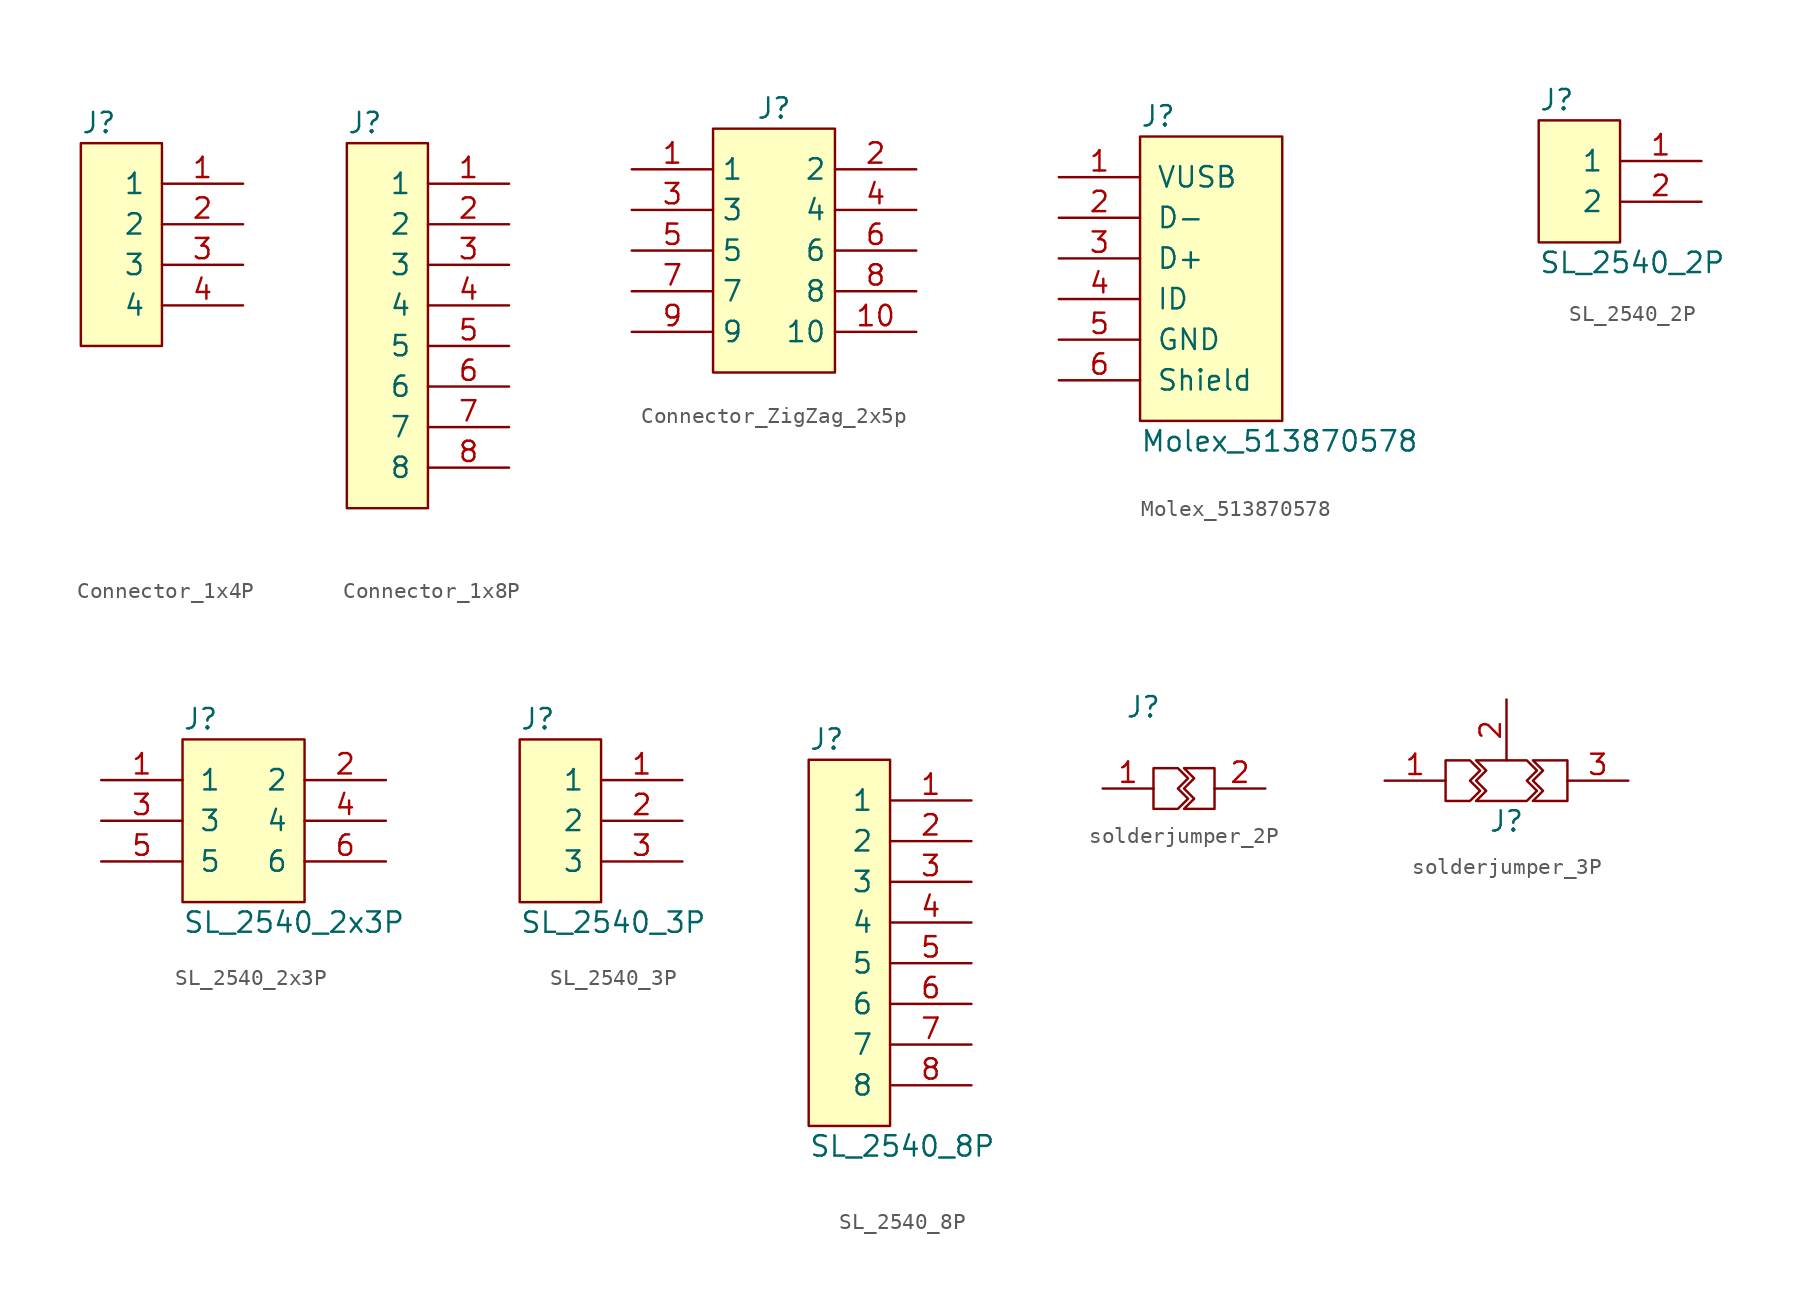
<source format=kicad_sym>
(kicad_symbol_lib
  (version 20231120)
  (generator "kicad_symbol_editor")
  (generator_version "8.0")
  (symbol "Connector_1x4P"
    (pin_names
      (offset 1.016))
    (property "Reference" "J"
      (at 0 1.27 0)
      (effects (font (size 1.27 1.27)) (justify left)))
    (property "Value" ""
      (at 0 -24.13 0)
      (effects (font (size 1.27 1.27)) (justify left)))
    (symbol "Connector_1x4P_0_1"
      (rectangle (start 0 0) (end 5.08 -12.7) (stroke (width 0) (type solid)) (fill (type background))))
    (symbol "Connector_1x4P_1_1"
      (pin passive line (at 10.16 -2.54 180) (length 5.08) (name "1" (effects (font (size 1.27 1.27)))) (number "1" (effects (font (size 1.27 1.27)))))
      (pin passive line (at 10.16 -5.08 180) (length 5.08) (name "2" (effects (font (size 1.27 1.27)))) (number "2" (effects (font (size 1.27 1.27)))))
      (pin passive line (at 10.16 -7.62 180) (length 5.08) (name "3" (effects (font (size 1.27 1.27)))) (number "3" (effects (font (size 1.27 1.27)))))
      (pin passive line (at 10.16 -10.16 180) (length 5.08) (name "4" (effects (font (size 1.27 1.27)))) (number "4" (effects (font (size 1.27 1.27)))))))
  (symbol "Connector_1x8P"
    (pin_names
      (offset 1.016))
    (property "Reference" "J"
      (at 0 1.27 0)
      (effects (font (size 1.27 1.27)) (justify left)))
    (property "Value" ""
      (at 0 -24.13 0)
      (effects (font (size 1.27 1.27)) (justify left)))
    (symbol "Connector_1x8P_0_1"
      (rectangle (start 0 0) (end 5.08 -22.86) (stroke (width 0) (type solid)) (fill (type background))))
    (symbol "Connector_1x8P_1_1"
      (pin passive line (at 10.16 -2.54 180) (length 5.08) (name "1" (effects (font (size 1.27 1.27)))) (number "1" (effects (font (size 1.27 1.27)))))
      (pin passive line (at 10.16 -5.08 180) (length 5.08) (name "2" (effects (font (size 1.27 1.27)))) (number "2" (effects (font (size 1.27 1.27)))))
      (pin passive line (at 10.16 -7.62 180) (length 5.08) (name "3" (effects (font (size 1.27 1.27)))) (number "3" (effects (font (size 1.27 1.27)))))
      (pin passive line (at 10.16 -10.16 180) (length 5.08) (name "4" (effects (font (size 1.27 1.27)))) (number "4" (effects (font (size 1.27 1.27)))))
      (pin passive line (at 10.16 -12.7 180) (length 5.08) (name "5" (effects (font (size 1.27 1.27)))) (number "5" (effects (font (size 1.27 1.27)))))
      (pin passive line (at 10.16 -15.24 180) (length 5.08) (name "6" (effects (font (size 1.27 1.27)))) (number "6" (effects (font (size 1.27 1.27)))))
      (pin passive line (at 10.16 -17.78 180) (length 5.08) (name "7" (effects (font (size 1.27 1.27)))) (number "7" (effects (font (size 1.27 1.27)))))
      (pin passive line (at 10.16 -20.32 180) (length 5.08) (name "8" (effects (font (size 1.27 1.27)))) (number "8" (effects (font (size 1.27 1.27)))))))
  (symbol "Connector_ZigZag_2x5p"
    (property "Reference" "J"
      (at 3.81 1.27 0)
      (effects (font (size 1.27 1.27))))
    (property "Value" ""
      (at 0 0 0)
      (effects (font (size 1.27 1.27))))
    (symbol "Connector_ZigZag_2x5p_1_1"
      (rectangle (start 0 0) (end 7.62 -15.24) (stroke (width 0) (type default)) (fill (type background)))
      (pin passive line (at -5.08 -2.54 0) (length 5.08) (name "1" (effects (font (size 1.27 1.27)))) (number "1" (effects (font (size 1.27 1.27)))))
      (pin passive line (at 12.7 -12.7 180) (length 5.08) (name "10" (effects (font (size 1.27 1.27)))) (number "10" (effects (font (size 1.27 1.27)))))
      (pin passive line (at 12.7 -2.54 180) (length 5.08) (name "2" (effects (font (size 1.27 1.27)))) (number "2" (effects (font (size 1.27 1.27)))))
      (pin passive line (at -5.08 -5.08 0) (length 5.08) (name "3" (effects (font (size 1.27 1.27)))) (number "3" (effects (font (size 1.27 1.27)))))
      (pin passive line (at 12.7 -5.08 180) (length 5.08) (name "4" (effects (font (size 1.27 1.27)))) (number "4" (effects (font (size 1.27 1.27)))))
      (pin passive line (at -5.08 -7.62 0) (length 5.08) (name "5" (effects (font (size 1.27 1.27)))) (number "5" (effects (font (size 1.27 1.27)))))
      (pin passive line (at 12.7 -7.62 180) (length 5.08) (name "6" (effects (font (size 1.27 1.27)))) (number "6" (effects (font (size 1.27 1.27)))))
      (pin passive line (at -5.08 -10.16 0) (length 5.08) (name "7" (effects (font (size 1.27 1.27)))) (number "7" (effects (font (size 1.27 1.27)))))
      (pin passive line (at 12.7 -10.16 180) (length 5.08) (name "8" (effects (font (size 1.27 1.27)))) (number "8" (effects (font (size 1.27 1.27)))))
      (pin passive line (at -5.08 -12.7 0) (length 5.08) (name "9" (effects (font (size 1.27 1.27)))) (number "9" (effects (font (size 1.27 1.27)))))))
  (symbol "Molex_513870578"
    (pin_names
      (offset 1.016))
    (property "Reference" "J"
      (at 0 1.27 0)
      (effects (font (size 1.27 1.27)) (justify left)))
    (property "Value" "Molex_513870578"
      (at 0 -19.05 0)
      (effects (font (size 1.27 1.27)) (justify left)))
    (symbol "Molex_513870578_0_1"
      (rectangle (start 0 0) (end 8.89 -17.78) (stroke (width 0) (type solid)) (fill (type background))))
    (symbol "Molex_513870578_1_1"
      (pin passive line (at -5.08 -2.54 0) (length 5.08) (name "VUSB" (effects (font (size 1.27 1.27)))) (number "1" (effects (font (size 1.27 1.27)))))
      (pin bidirectional line (at -5.08 -5.08 0) (length 5.08) (name "D-" (effects (font (size 1.27 1.27)))) (number "2" (effects (font (size 1.27 1.27)))))
      (pin bidirectional line (at -5.08 -7.62 0) (length 5.08) (name "D+" (effects (font (size 1.27 1.27)))) (number "3" (effects (font (size 1.27 1.27)))))
      (pin bidirectional line (at -5.08 -10.16 0) (length 5.08) (name "ID" (effects (font (size 1.27 1.27)))) (number "4" (effects (font (size 1.27 1.27)))))
      (pin passive line (at -5.08 -12.7 0) (length 5.08) (name "GND" (effects (font (size 1.27 1.27)))) (number "5" (effects (font (size 1.27 1.27)))))
      (pin passive line (at -5.08 -15.24 0) (length 5.08) (name "Shield" (effects (font (size 1.27 1.27)))) (number "6" (effects (font (size 1.27 1.27)))))))
  (symbol "SL_2540_2P"
    (pin_names
      (offset 1.016))
    (property "Reference" "J"
      (at 0 1.27 0)
      (effects (font (size 1.27 1.27)) (justify left)))
    (property "Value" "SL_2540_2P"
      (at 0 -8.89 0)
      (effects (font (size 1.27 1.27)) (justify left)))
    (symbol "SL_2540_2P_0_1"
      (rectangle (start 0 0) (end 5.08 -7.62) (stroke (width 0) (type solid)) (fill (type background))))
    (symbol "SL_2540_2P_1_1"
      (pin passive line (at 10.16 -2.54 180) (length 5.08) (name "1" (effects (font (size 1.27 1.27)))) (number "1" (effects (font (size 1.27 1.27)))))
      (pin passive line (at 10.16 -5.08 180) (length 5.08) (name "2" (effects (font (size 1.27 1.27)))) (number "2" (effects (font (size 1.27 1.27)))))))
  (symbol "SL_2540_2x3P"
    (pin_names
      (offset 1.016))
    (property "Reference" "J"
      (at 0 1.27 0)
      (effects (font (size 1.27 1.27)) (justify left)))
    (property "Value" "SL_2540_2x3P"
      (at 0 -11.43 0)
      (effects (font (size 1.27 1.27)) (justify left)))
    (symbol "SL_2540_2x3P_0_1"
      (rectangle (start 0 0) (end 7.62 -10.16) (stroke (width 0) (type solid)) (fill (type background))))
    (symbol "SL_2540_2x3P_1_1"
      (pin passive line (at -5.08 -2.54 0) (length 5.08) (name "1" (effects (font (size 1.27 1.27)))) (number "1" (effects (font (size 1.27 1.27)))))
      (pin passive line (at 12.7 -2.54 180) (length 5.08) (name "2" (effects (font (size 1.27 1.27)))) (number "2" (effects (font (size 1.27 1.27)))))
      (pin passive line (at -5.08 -5.08 0) (length 5.08) (name "3" (effects (font (size 1.27 1.27)))) (number "3" (effects (font (size 1.27 1.27)))))
      (pin passive line (at 12.7 -5.08 180) (length 5.08) (name "4" (effects (font (size 1.27 1.27)))) (number "4" (effects (font (size 1.27 1.27)))))
      (pin passive line (at -5.08 -7.62 0) (length 5.08) (name "5" (effects (font (size 1.27 1.27)))) (number "5" (effects (font (size 1.27 1.27)))))
      (pin passive line (at 12.7 -7.62 180) (length 5.08) (name "6" (effects (font (size 1.27 1.27)))) (number "6" (effects (font (size 1.27 1.27)))))))
  (symbol "SL_2540_3P"
    (pin_names
      (offset 1.016))
    (property "Reference" "J"
      (at 0 1.27 0)
      (effects (font (size 1.27 1.27)) (justify left)))
    (property "Value" "SL_2540_3P"
      (at 0 -11.43 0)
      (effects (font (size 1.27 1.27)) (justify left)))
    (symbol "SL_2540_3P_0_1"
      (rectangle (start 0 0) (end 5.08 -10.16) (stroke (width 0) (type solid)) (fill (type background))))
    (symbol "SL_2540_3P_1_1"
      (pin passive line (at 10.16 -2.54 180) (length 5.08) (name "1" (effects (font (size 1.27 1.27)))) (number "1" (effects (font (size 1.27 1.27)))))
      (pin passive line (at 10.16 -5.08 180) (length 5.08) (name "2" (effects (font (size 1.27 1.27)))) (number "2" (effects (font (size 1.27 1.27)))))
      (pin passive line (at 10.16 -7.62 180) (length 5.08) (name "3" (effects (font (size 1.27 1.27)))) (number "3" (effects (font (size 1.27 1.27)))))))
  (symbol "SL_2540_8P"
    (pin_names
      (offset 1.016))
    (property "Reference" "J"
      (at 0 1.27 0)
      (effects (font (size 1.27 1.27)) (justify left)))
    (property "Value" "SL_2540_8P"
      (at 0 -24.13 0)
      (effects (font (size 1.27 1.27)) (justify left)))
    (symbol "SL_2540_8P_0_1"
      (rectangle (start 0 0) (end 5.08 -22.86) (stroke (width 0) (type solid)) (fill (type background))))
    (symbol "SL_2540_8P_1_1"
      (pin passive line (at 10.16 -2.54 180) (length 5.08) (name "1" (effects (font (size 1.27 1.27)))) (number "1" (effects (font (size 1.27 1.27)))))
      (pin passive line (at 10.16 -5.08 180) (length 5.08) (name "2" (effects (font (size 1.27 1.27)))) (number "2" (effects (font (size 1.27 1.27)))))
      (pin passive line (at 10.16 -7.62 180) (length 5.08) (name "3" (effects (font (size 1.27 1.27)))) (number "3" (effects (font (size 1.27 1.27)))))
      (pin passive line (at 10.16 -10.16 180) (length 5.08) (name "4" (effects (font (size 1.27 1.27)))) (number "4" (effects (font (size 1.27 1.27)))))
      (pin passive line (at 10.16 -12.7 180) (length 5.08) (name "5" (effects (font (size 1.27 1.27)))) (number "5" (effects (font (size 1.27 1.27)))))
      (pin passive line (at 10.16 -15.24 180) (length 5.08) (name "6" (effects (font (size 1.27 1.27)))) (number "6" (effects (font (size 1.27 1.27)))))
      (pin passive line (at 10.16 -17.78 180) (length 5.08) (name "7" (effects (font (size 1.27 1.27)))) (number "7" (effects (font (size 1.27 1.27)))))
      (pin passive line (at 10.16 -20.32 180) (length 5.08) (name "8" (effects (font (size 1.27 1.27)))) (number "8" (effects (font (size 1.27 1.27)))))))
  (symbol "solderjumper_2P"
    (pin_names hide)
    (property "Reference" "J"
      (at -2.54 2.54 0)
      (effects (font (size 1.27 1.27))))
    (property "Value" ""
      (at 0 0 0)
      (effects (font (size 1.27 1.27))))
    (symbol "solderjumper_2P_0_1"
      (polyline (pts (xy -1.905 -1.27) (xy -1.905 -3.81) (xy -0.381 -3.81) (xy 0.254 -3.175) (xy -0.381 -2.54) (xy 0.254 -1.905) (xy -0.381 -1.27) (xy -1.905 -1.27)) (stroke (width 0) (type default)) (fill (type none)))
      (polyline (pts (xy 1.905 -1.27) (xy 1.905 -3.81) (xy 0 -3.81) (xy 0.635 -3.175) (xy 0 -2.54) (xy 0.635 -1.905) (xy 0 -1.27) (xy 1.905 -1.27)) (stroke (width 0) (type default)) (fill (type none))))
    (symbol "solderjumper_2P_1_1"
      (pin passive line (at -5.08 -2.54 0) (length 3.175) (name "1" (effects (font (size 1.27 1.27)))) (number "1" (effects (font (size 1.27 1.27)))))
      (pin passive line (at 5.08 -2.54 180) (length 3.175) (name "2" (effects (font (size 1.27 1.27)))) (number "2" (effects (font (size 1.27 1.27)))))))
  (symbol "solderjumper_3P"
    (pin_names hide)
    (property "Reference" "J"
      (at 0 -5.08 0)
      (effects (font (size 1.27 1.27))))
    (symbol "solderjumper_3P_0_1"
      (polyline (pts (xy -3.81 -1.27) (xy -3.81 -3.81) (xy -2.286 -3.81) (xy -1.651 -3.175) (xy -2.286 -2.54) (xy -1.651 -1.905) (xy -2.286 -1.27) (xy -3.81 -1.27)) (stroke (width 0) (type default)) (fill (type none)))
      (polyline (pts (xy 1.651 -1.27) (xy 2.286 -1.905) (xy 1.651 -2.54) (xy 2.286 -3.175) (xy 1.651 -3.81) (xy 3.81 -3.81) (xy 3.81 -1.27) (xy 1.651 -1.27)) (stroke (width 0) (type default)) (fill (type none)))
      (polyline (pts (xy -1.905 -1.27) (xy -1.27 -1.905) (xy -1.905 -2.54) (xy -1.27 -3.175) (xy -1.905 -3.81) (xy 1.27 -3.81) (xy 1.905 -3.175) (xy 1.27 -2.54) (xy 1.905 -1.905) (xy 1.27 -1.27) (xy -1.905 -1.27)) (stroke (width 0) (type default)) (fill (type none))))
    (symbol "solderjumper_3P_1_1"
      (pin passive line (at -7.62 -2.54 0) (length 3.81) (name "1" (effects (font (size 1.27 1.27)))) (number "1" (effects (font (size 1.27 1.27)))))
      (pin passive line (at 0 2.54 270) (length 3.81) (name "2" (effects (font (size 1.27 1.27)))) (number "2" (effects (font (size 1.27 1.27)))))
      (pin passive line (at 7.62 -2.54 180) (length 3.81) (name "3" (effects (font (size 1.27 1.27)))) (number "3" (effects (font (size 1.27 1.27))))))))
</source>
